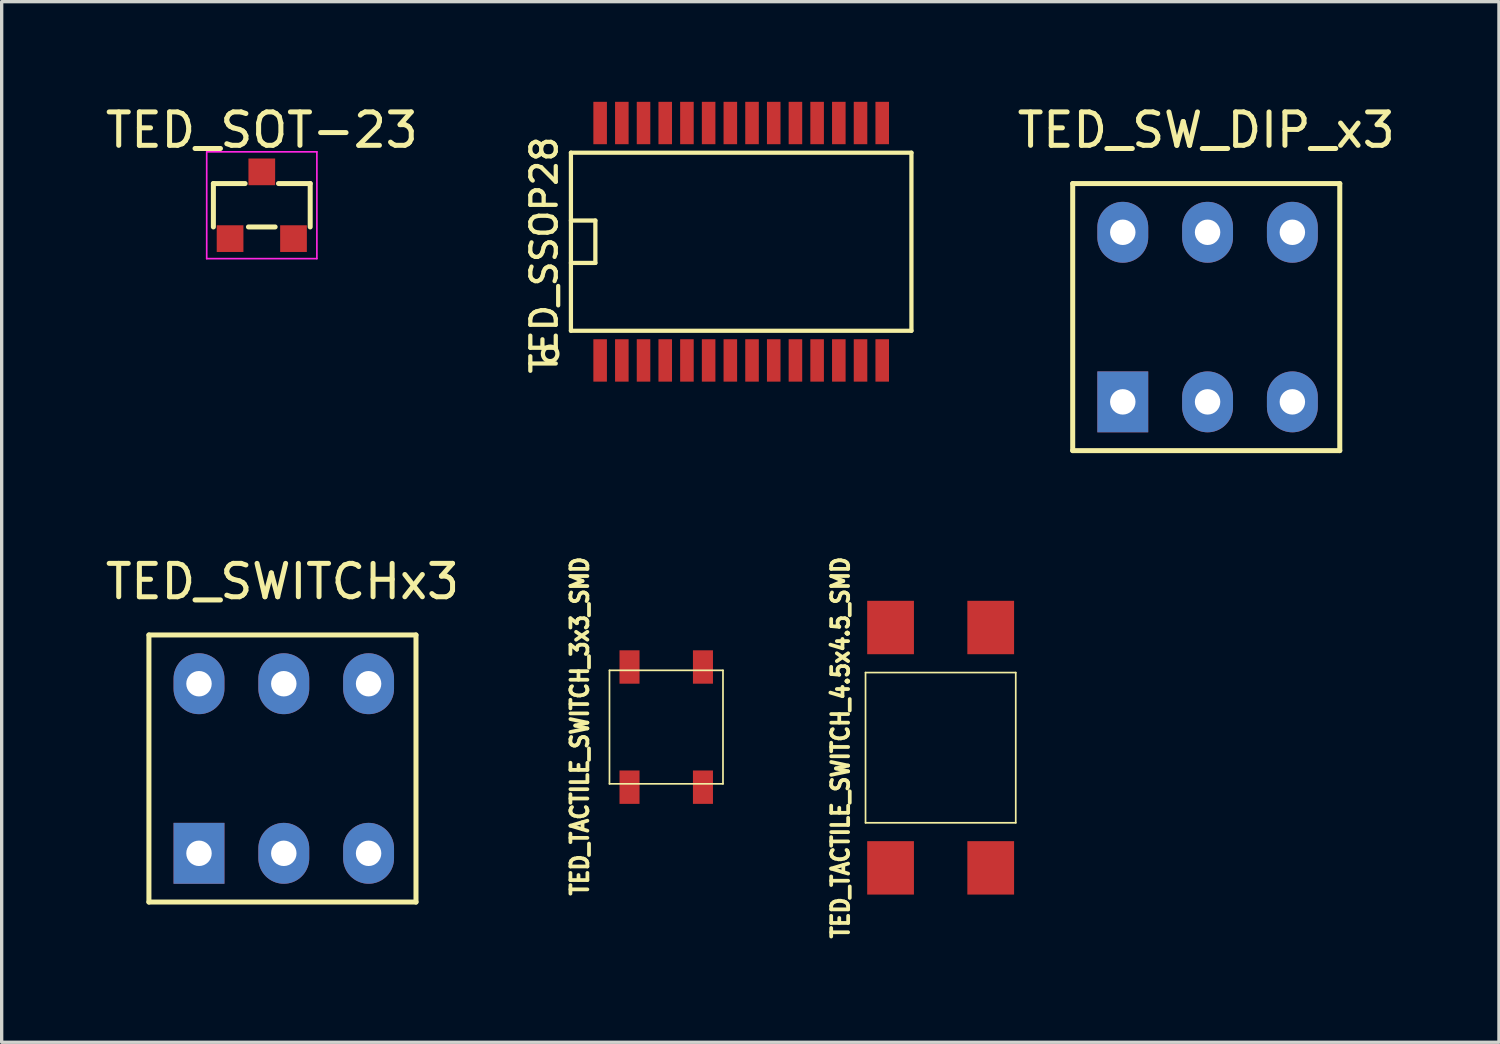
<source format=kicad_pcb>
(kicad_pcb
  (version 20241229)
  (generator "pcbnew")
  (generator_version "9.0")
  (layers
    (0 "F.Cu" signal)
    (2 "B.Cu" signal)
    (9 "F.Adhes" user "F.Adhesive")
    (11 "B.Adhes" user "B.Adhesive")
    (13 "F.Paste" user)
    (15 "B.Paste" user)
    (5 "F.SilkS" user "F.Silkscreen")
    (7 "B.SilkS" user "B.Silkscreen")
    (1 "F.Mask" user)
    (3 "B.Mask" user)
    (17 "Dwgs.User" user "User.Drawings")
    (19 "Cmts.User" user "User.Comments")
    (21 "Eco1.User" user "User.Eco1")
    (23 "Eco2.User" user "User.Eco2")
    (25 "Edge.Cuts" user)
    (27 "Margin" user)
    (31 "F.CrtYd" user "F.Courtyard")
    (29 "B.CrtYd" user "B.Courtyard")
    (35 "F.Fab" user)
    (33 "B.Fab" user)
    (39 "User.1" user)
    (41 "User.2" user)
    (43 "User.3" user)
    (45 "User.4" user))
  (footprint "TED_SWITCHx3"
    (layer "F.Cu")
    (at 5.411 19.971)
    (property "Reference" "TED_SWITCHx3" (at 0 -5.6 0) (layer "F.SilkS") (effects (font (size 1 1) (thickness 0.15))))
    (attr through_hole)
    (fp_line (start -4 -4) (end 4 -4) (stroke (width 0.15) (type solid)) (layer "F.SilkS"))
    (fp_line (start -4 4) (end -4 -4) (stroke (width 0.15) (type solid)) (layer "F.SilkS"))
    (fp_line (start 4 -4) (end 4 4) (stroke (width 0.15) (type solid)) (layer "F.SilkS"))
    (fp_line (start 4 4) (end -4 4) (stroke (width 0.15) (type solid)) (layer "F.SilkS"))
    (pad "1" thru_hole rect (at -2.5 2.54) (size 1.524 1.824) (drill 0.762) (layers "*.Cu" "*.Mask"))
    (pad "2" thru_hole oval (at -2.5 -2.54) (size 1.524 1.824) (drill 0.762) (layers "*.Cu" "*.Mask"))
    (pad "3" thru_hole oval (at 0.04 2.54) (size 1.524 1.824) (drill 0.762) (layers "*.Cu" "*.Mask"))
    (pad "4" thru_hole oval (at 0.04 -2.54) (size 1.524 1.824) (drill 0.762) (layers "*.Cu" "*.Mask"))
    (pad "5" thru_hole oval (at 2.58 2.54) (size 1.524 1.824) (drill 0.762) (layers "*.Cu" "*.Mask"))
    (pad "6" thru_hole oval (at 2.58 -2.54) (size 1.524 1.824) (drill 0.762) (layers "*.Cu" "*.Mask")))
  (footprint "TED_SW_DIP_x3"
    (layer "F.Cu")
    (at 33.083 6.448)
    (property "Reference" "TED_SW_DIP_x3" (at 0 -5.6 0) (layer "F.SilkS") (effects (font (size 1 1) (thickness 0.15))))
    (attr through_hole)
    (fp_line (start -4 -4) (end 4 -4) (stroke (width 0.15) (type solid)) (layer "F.SilkS"))
    (fp_line (start -4 4) (end -4 -4) (stroke (width 0.15) (type solid)) (layer "F.SilkS"))
    (fp_line (start 4 -4) (end 4 4) (stroke (width 0.15) (type solid)) (layer "F.SilkS"))
    (fp_line (start 4 4) (end -4 4) (stroke (width 0.15) (type solid)) (layer "F.SilkS"))
    (pad "1" thru_hole rect (at -2.5 2.54) (size 1.524 1.824) (drill 0.762) (layers "*.Cu" "*.Mask"))
    (pad "2" thru_hole oval (at 0.04 2.54) (size 1.524 1.824) (drill 0.762) (layers "*.Cu" "*.Mask"))
    (pad "3" thru_hole oval (at 2.58 2.54) (size 1.524 1.824) (drill 0.762) (layers "*.Cu" "*.Mask"))
    (pad "4" thru_hole oval (at 2.58 -2.54) (size 1.524 1.824) (drill 0.762) (layers "*.Cu" "*.Mask"))
    (pad "5" thru_hole oval (at 0.04 -2.54) (size 1.524 1.824) (drill 0.762) (layers "*.Cu" "*.Mask"))
    (pad "6" thru_hole oval (at -2.5 -2.54) (size 1.524 1.824) (drill 0.762) (layers "*.Cu" "*.Mask")))
  (footprint "TED_TACTILE_SWITCH_4.5x4.5_SMD"
    (layer "F.Cu")
    (at 25.127 19.347)
    (property "Reference" "TED_TACTILE_SWITCH_4.5x4.5_SMD" (at -3 0 90) (layer "F.SilkS") (effects (font (size 0.508 0.45) (thickness 0.113))))
    (attr through_hole)
    (fp_line (start -2.25 -2.25) (end -2.25 2.25) (stroke (width 0.051) (type solid)) (layer "F.SilkS"))
    (fp_line (start -2.25 -2.25) (end 2.25 -2.25) (stroke (width 0.051) (type solid)) (layer "F.SilkS"))
    (fp_line (start 2.25 -2.25) (end 2.25 2.25) (stroke (width 0.051) (type solid)) (layer "F.SilkS"))
    (fp_line (start 2.25 2.25) (end -2.25 2.25) (stroke (width 0.051) (type solid)) (layer "F.SilkS"))
    (pad "1" smd rect (at 1.5 -3.6) (size 1.4 1.6) (layers "F.Cu" "F.Mask" "F.Paste"))
    (pad "2" smd rect (at 1.5 3.6) (size 1.4 1.6) (layers "F.Cu" "F.Mask" "F.Paste"))
    (pad "3" smd rect (at -1.5 -3.6) (size 1.4 1.6) (layers "F.Cu" "F.Mask" "F.Paste"))
    (pad "4" smd rect (at -1.5 3.6) (size 1.4 1.6) (layers "F.Cu" "F.Mask" "F.Paste")))
  (footprint "TED_SOT-23"
    (layer "F.Cu")
    (at 4.792 3.098)
    (property "Reference" "TED_SOT-23" (at 0 -2.25 0) (layer "F.SilkS") (effects (font (size 1 1) (thickness 0.15))))
    (attr smd)
    (fp_line (start -1.45 -0.65) (end -0.5 -0.65) (stroke (width 0.15) (type solid)) (layer "F.SilkS"))
    (fp_line (start -1.45 0.65) (end -1.45 -0.65) (stroke (width 0.15) (type solid)) (layer "F.SilkS"))
    (fp_line (start -0.4 0.65) (end 0.4 0.65) (stroke (width 0.15) (type solid)) (layer "F.SilkS"))
    (fp_line (start 0.5 -0.65) (end 1.45 -0.65) (stroke (width 0.15) (type solid)) (layer "F.SilkS"))
    (fp_line (start 1.45 -0.65) (end 1.45 0.65) (stroke (width 0.15) (type solid)) (layer "F.SilkS"))
    (fp_line (start -1.65 -1.6) (end 1.65 -1.6) (stroke (width 0.05) (type solid)) (layer "F.CrtYd"))
    (fp_line (start -1.65 1.6) (end -1.65 -1.6) (stroke (width 0.05) (type solid)) (layer "F.CrtYd"))
    (fp_line (start 1.65 -1.6) (end 1.65 1.6) (stroke (width 0.05) (type solid)) (layer "F.CrtYd"))
    (fp_line (start 1.65 1.6) (end -1.65 1.6) (stroke (width 0.05) (type solid)) (layer "F.CrtYd"))
    (pad "1" smd rect (at -0.95 1) (size 0.8 0.8) (layers "F.Cu" "F.Mask" "F.Paste"))
    (pad "2" smd rect (at 0.95 1) (size 0.8 0.8) (layers "F.Cu" "F.Mask" "F.Paste"))
    (pad "3" smd rect (at 0 -1) (size 0.8 0.8) (layers "F.Cu" "F.Mask" "F.Paste")))
  (footprint "TED_SSOP28"
    (layer "F.Cu")
    (at 19.152 4.191)
    (property "Reference" "TED_SSOP28" (at -5.9 0.4 90) (layer "F.SilkS") (effects (font (size 0.762 0.762) (thickness 0.127))))
    (attr smd)
    (fp_line (start -5.1 -2.667) (end -5.1 2.667) (stroke (width 0.127) (type solid)) (layer "F.SilkS"))
    (fp_line (start -5.1 -2.667) (end 5.1 -2.667) (stroke (width 0.127) (type solid)) (layer "F.SilkS"))
    (fp_line (start -5.1 -0.635) (end -4.368 -0.635) (stroke (width 0.127) (type solid)) (layer "F.SilkS"))
    (fp_line (start -4.368 -0.635) (end -4.368 0.635) (stroke (width 0.127) (type solid)) (layer "F.SilkS"))
    (fp_line (start -4.368 0.635) (end -5.1 0.635) (stroke (width 0.127) (type solid)) (layer "F.SilkS"))
    (fp_line (start 5.1 -2.667) (end 5.1 2.667) (stroke (width 0.127) (type solid)) (layer "F.SilkS"))
    (fp_line (start 5.1 2.667) (end -5.1 2.667) (stroke (width 0.127) (type solid)) (layer "F.SilkS"))
    (fp_circle (center -5.722 3.359) (end -5.876 3.205) (stroke (width 0.127) (type solid)) (fill no) (layer "F.SilkS"))
    (pad "1" smd rect (at -4.225 3.556) (size 0.406 1.27) (layers "F.Cu" "F.Mask" "F.Paste"))
    (pad "2" smd rect (at -3.575 3.556) (size 0.406 1.27) (layers "F.Cu" "F.Mask" "F.Paste"))
    (pad "3" smd rect (at -2.925 3.556) (size 0.406 1.27) (layers "F.Cu" "F.Mask" "F.Paste"))
    (pad "4" smd rect (at -2.275 3.556) (size 0.406 1.27) (layers "F.Cu" "F.Mask" "F.Paste"))
    (pad "5" smd rect (at -1.625 3.556) (size 0.406 1.27) (layers "F.Cu" "F.Mask" "F.Paste"))
    (pad "6" smd rect (at -0.975 3.556) (size 0.406 1.27) (layers "F.Cu" "F.Mask" "F.Paste"))
    (pad "7" smd rect (at -0.325 3.556) (size 0.406 1.27) (layers "F.Cu" "F.Mask" "F.Paste"))
    (pad "8" smd rect (at 0.325 3.556) (size 0.406 1.27) (layers "F.Cu" "F.Mask" "F.Paste"))
    (pad "9" smd rect (at 0.975 3.556) (size 0.406 1.27) (layers "F.Cu" "F.Mask" "F.Paste"))
    (pad "10" smd rect (at 1.625 3.556) (size 0.406 1.27) (layers "F.Cu" "F.Mask" "F.Paste"))
    (pad "11" smd rect (at 2.275 3.556) (size 0.406 1.27) (layers "F.Cu" "F.Mask" "F.Paste"))
    (pad "12" smd rect (at 2.925 3.556) (size 0.406 1.27) (layers "F.Cu" "F.Mask" "F.Paste"))
    (pad "13" smd rect (at 3.575 3.556) (size 0.406 1.27) (layers "F.Cu" "F.Mask" "F.Paste"))
    (pad "14" smd rect (at 4.225 3.556) (size 0.406 1.27) (layers "F.Cu" "F.Mask" "F.Paste"))
    (pad "15" smd rect (at 4.225 -3.556) (size 0.406 1.27) (layers "F.Cu" "F.Mask" "F.Paste"))
    (pad "16" smd rect (at 3.575 -3.556) (size 0.406 1.27) (layers "F.Cu" "F.Mask" "F.Paste"))
    (pad "17" smd rect (at 2.925 -3.556) (size 0.406 1.27) (layers "F.Cu" "F.Mask" "F.Paste"))
    (pad "18" smd rect (at 2.275 -3.556) (size 0.406 1.27) (layers "F.Cu" "F.Mask" "F.Paste"))
    (pad "19" smd rect (at 1.625 -3.556) (size 0.406 1.27) (layers "F.Cu" "F.Mask" "F.Paste"))
    (pad "20" smd rect (at 0.975 -3.556) (size 0.406 1.27) (layers "F.Cu" "F.Mask" "F.Paste"))
    (pad "21" smd rect (at 0.325 -3.556) (size 0.406 1.27) (layers "F.Cu" "F.Mask" "F.Paste"))
    (pad "22" smd rect (at -0.325 -3.556) (size 0.406 1.27) (layers "F.Cu" "F.Mask" "F.Paste"))
    (pad "23" smd rect (at -0.975 -3.556) (size 0.406 1.27) (layers "F.Cu" "F.Mask" "F.Paste"))
    (pad "24" smd rect (at -1.625 -3.556) (size 0.406 1.27) (layers "F.Cu" "F.Mask" "F.Paste"))
    (pad "25" smd rect (at -2.275 -3.556) (size 0.406 1.27) (layers "F.Cu" "F.Mask" "F.Paste"))
    (pad "26" smd rect (at -2.925 -3.556) (size 0.406 1.27) (layers "F.Cu" "F.Mask" "F.Paste"))
    (pad "27" smd rect (at -3.575 -3.556) (size 0.406 1.27) (layers "F.Cu" "F.Mask" "F.Paste"))
    (pad "28" smd rect (at -4.225 -3.556) (size 0.406 1.27) (layers "F.Cu" "F.Mask" "F.Paste")))
  (footprint "TED_TACTILE_SWITCH_3x3_SMD"
    (layer "F.Cu")
    (at 16.907 18.73)
    (property "Reference" "TED_TACTILE_SWITCH_3x3_SMD" (at -2.591 -0.025 90) (layer "F.SilkS") (effects (font (size 0.508 0.45) (thickness 0.113))))
    (attr through_hole)
    (fp_line (start -1.7 -1.7) (end -1.7 1.7) (stroke (width 0.051) (type solid)) (layer "F.SilkS"))
    (fp_line (start -1.7 -1.7) (end 1.7 -1.7) (stroke (width 0.051) (type solid)) (layer "F.SilkS"))
    (fp_line (start 1.7 -1.7) (end 1.7 1.7) (stroke (width 0.051) (type solid)) (layer "F.SilkS"))
    (fp_line (start 1.7 1.7) (end -1.7 1.7) (stroke (width 0.051) (type solid)) (layer "F.SilkS"))
    (pad "1" smd rect (at 1.1 -1.8) (size 0.6 1) (layers "F.Cu" "F.Mask" "F.Paste"))
    (pad "2" smd rect (at 1.1 1.8) (size 0.6 1) (layers "F.Cu" "F.Mask" "F.Paste"))
    (pad "3" smd rect (at -1.1 -1.8) (size 0.6 1) (layers "F.Cu" "F.Mask" "F.Paste"))
    (pad "4" smd rect (at -1.1 1.8) (size 0.6 1) (layers "F.Cu" "F.Mask" "F.Paste")))
  (gr_rect
    (start -3 -3)
    (end 41.851 28.171)
    (stroke (width 0.1) (type default))
    (fill no)
    (layer "Edge.Cuts")))
</source>
